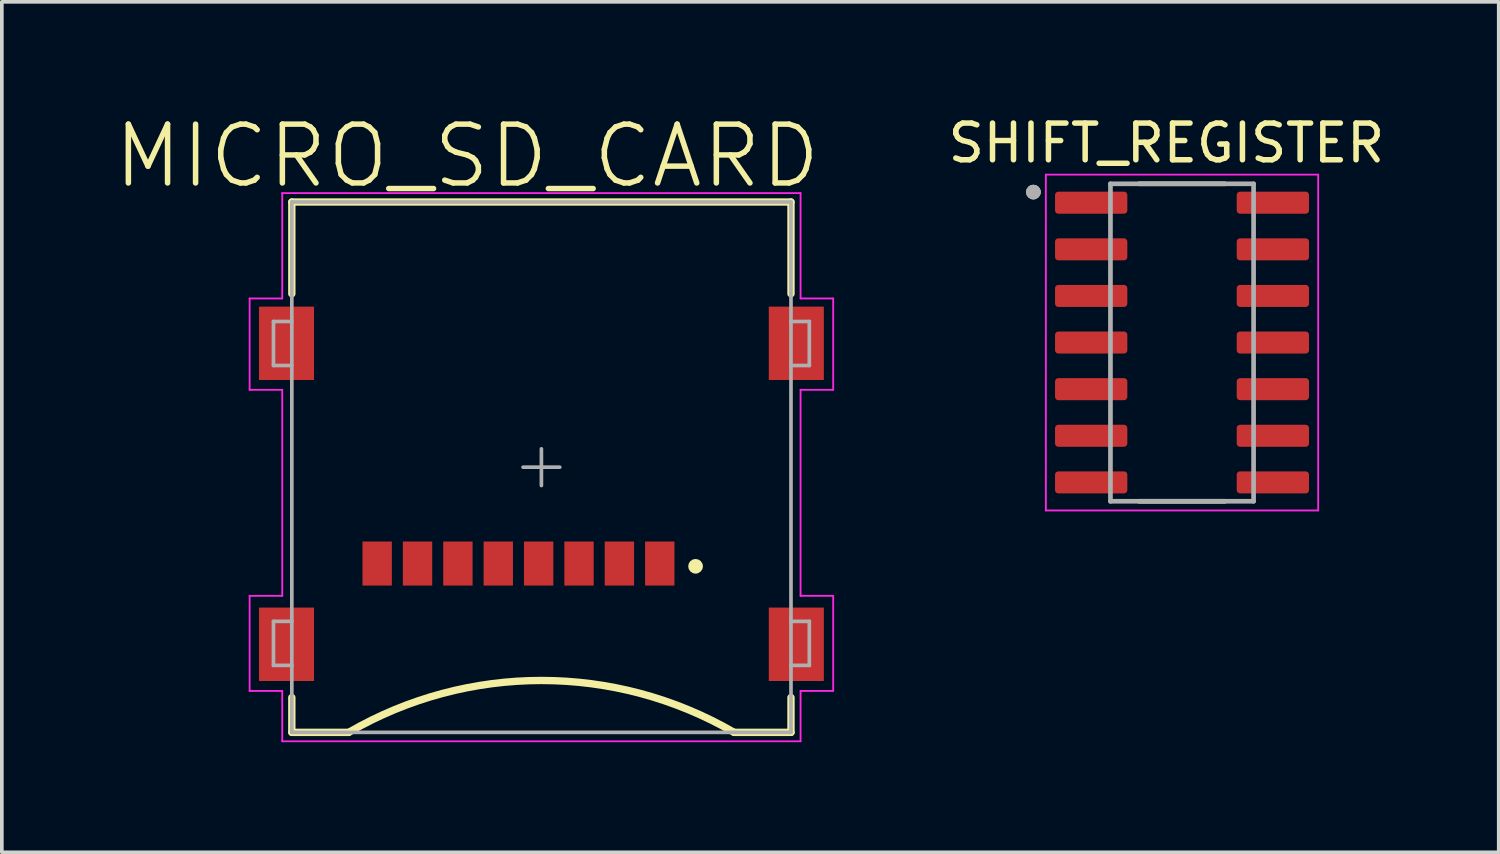
<source format=kicad_pcb>
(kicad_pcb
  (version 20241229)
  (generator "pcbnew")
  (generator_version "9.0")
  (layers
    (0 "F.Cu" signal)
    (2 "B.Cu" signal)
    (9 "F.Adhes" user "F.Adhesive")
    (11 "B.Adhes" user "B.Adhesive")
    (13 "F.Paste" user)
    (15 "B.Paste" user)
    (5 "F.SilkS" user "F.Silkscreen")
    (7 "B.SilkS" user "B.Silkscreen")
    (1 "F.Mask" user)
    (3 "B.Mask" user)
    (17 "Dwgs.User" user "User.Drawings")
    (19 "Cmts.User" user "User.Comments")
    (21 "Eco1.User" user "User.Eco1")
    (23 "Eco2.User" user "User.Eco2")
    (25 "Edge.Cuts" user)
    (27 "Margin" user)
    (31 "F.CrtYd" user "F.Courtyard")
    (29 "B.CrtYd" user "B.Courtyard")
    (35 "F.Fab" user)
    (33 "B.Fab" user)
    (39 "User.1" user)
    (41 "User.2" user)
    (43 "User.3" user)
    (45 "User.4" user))
  (footprint "SHIFT_REGISTER"
    (layer "F.Cu")
    (at 29.155 6.283)
    (property "Reference" "SHIFT_REGISTER" (at -0.425 -5.435 0) (layer "F.SilkS") (effects (font (size 1 1) (thickness 0.15))))
    (attr smd)
    (fp_line (start -1.17 -4.325) (end 1.17 -4.325) (stroke (width 0.127) (type solid)) (layer "F.SilkS"))
    (fp_line (start -1.17 4.325) (end 1.17 4.325) (stroke (width 0.127) (type solid)) (layer "F.SilkS"))
    (fp_circle (center -4.05 -4.1) (end -3.95 -4.1) (stroke (width 0.2) (type solid)) (fill no) (layer "F.SilkS"))
    (fp_line (start -3.71 -4.575) (end 3.71 -4.575) (stroke (width 0.05) (type solid)) (layer "F.CrtYd"))
    (fp_line (start -3.71 4.575) (end -3.71 -4.575) (stroke (width 0.05) (type solid)) (layer "F.CrtYd"))
    (fp_line (start 3.71 -4.575) (end 3.71 4.575) (stroke (width 0.05) (type solid)) (layer "F.CrtYd"))
    (fp_line (start 3.71 4.575) (end -3.71 4.575) (stroke (width 0.05) (type solid)) (layer "F.CrtYd"))
    (fp_line (start -1.95 -4.325) (end 1.95 -4.325) (stroke (width 0.127) (type solid)) (layer "F.Fab"))
    (fp_line (start -1.95 4.325) (end -1.95 -4.325) (stroke (width 0.127) (type solid)) (layer "F.Fab"))
    (fp_line (start 1.95 -4.325) (end 1.95 4.325) (stroke (width 0.127) (type solid)) (layer "F.Fab"))
    (fp_line (start 1.95 4.325) (end -1.95 4.325) (stroke (width 0.127) (type solid)) (layer "F.Fab"))
    (fp_circle (center -4.05 -4.1) (end -3.95 -4.1) (stroke (width 0.2) (type solid)) (fill no) (layer "F.Fab"))
    (pad "1" smd roundrect (at -2.475 -3.81) (size 1.97 0.6) (layers "F.Cu" "F.Mask" "F.Paste") (roundrect_rratio 0.15))
    (pad "2" smd roundrect (at -2.475 -2.54) (size 1.97 0.6) (layers "F.Cu" "F.Mask" "F.Paste") (roundrect_rratio 0.15))
    (pad "3" smd roundrect (at -2.475 -1.27) (size 1.97 0.6) (layers "F.Cu" "F.Mask" "F.Paste") (roundrect_rratio 0.15))
    (pad "4" smd roundrect (at -2.475 0) (size 1.97 0.6) (layers "F.Cu" "F.Mask" "F.Paste") (roundrect_rratio 0.15))
    (pad "5" smd roundrect (at -2.475 1.27) (size 1.97 0.6) (layers "F.Cu" "F.Mask" "F.Paste") (roundrect_rratio 0.15))
    (pad "6" smd roundrect (at -2.475 2.54) (size 1.97 0.6) (layers "F.Cu" "F.Mask" "F.Paste") (roundrect_rratio 0.15))
    (pad "7" smd roundrect (at -2.475 3.81) (size 1.97 0.6) (layers "F.Cu" "F.Mask" "F.Paste") (roundrect_rratio 0.15))
    (pad "8" smd roundrect (at 2.475 3.81) (size 1.97 0.6) (layers "F.Cu" "F.Mask" "F.Paste") (roundrect_rratio 0.15))
    (pad "9" smd roundrect (at 2.475 2.54) (size 1.97 0.6) (layers "F.Cu" "F.Mask" "F.Paste") (roundrect_rratio 0.15))
    (pad "10" smd roundrect (at 2.475 1.27) (size 1.97 0.6) (layers "F.Cu" "F.Mask" "F.Paste") (roundrect_rratio 0.15))
    (pad "11" smd roundrect (at 2.475 0) (size 1.97 0.6) (layers "F.Cu" "F.Mask" "F.Paste") (roundrect_rratio 0.15))
    (pad "12" smd roundrect (at 2.475 -1.27) (size 1.97 0.6) (layers "F.Cu" "F.Mask" "F.Paste") (roundrect_rratio 0.15))
    (pad "13" smd roundrect (at 2.475 -2.54) (size 1.97 0.6) (layers "F.Cu" "F.Mask" "F.Paste") (roundrect_rratio 0.15))
    (pad "14" smd roundrect (at 2.475 -3.81) (size 1.97 0.6) (layers "F.Cu" "F.Mask" "F.Paste") (roundrect_rratio 0.15)))
  (footprint "MICRO_SD_CARD"
    (layer "F.Cu")
    (at 11.701 9.679)
    (property "Reference" "MICRO_SD_CARD" (at -2.023 -8.478 0) (layer "F.SilkS") (effects (font (size 1.602 1.602) (thickness 0.15))))
    (attr smd)
    (fp_line (start -6.8 -7.225) (end 6.8 -7.225) (stroke (width 0.2) (type solid)) (layer "F.SilkS"))
    (fp_line (start -6.8 -4.725) (end -6.8 -7.225) (stroke (width 0.2) (type solid)) (layer "F.SilkS"))
    (fp_line (start -6.8 7.225) (end -6.8 6.275) (stroke (width 0.2) (type solid)) (layer "F.SilkS"))
    (fp_line (start -6.8 7.225) (end -5.25 7.225) (stroke (width 0.2) (type solid)) (layer "F.SilkS"))
    (fp_line (start 5.25 7.225) (end 6.8 7.225) (stroke (width 0.2) (type solid)) (layer "F.SilkS"))
    (fp_line (start 6.8 -4.725) (end 6.8 -7.225) (stroke (width 0.2) (type solid)) (layer "F.SilkS"))
    (fp_line (start 6.8 7.225) (end 6.8 6.275) (stroke (width 0.2) (type solid)) (layer "F.SilkS"))
    (fp_arc (start -5.25 7.225) (mid 0 5.810899) (end 5.25 7.225) (stroke (width 0.2) (type solid)) (layer "F.SilkS"))
    (fp_circle (center 4.2 2.7) (end 4.3 2.7) (stroke (width 0.2) (type solid)) (fill no) (layer "F.SilkS"))
    (fp_line (start -7.95 -4.597) (end -7.061 -4.597) (stroke (width 0.05) (type solid)) (layer "F.CrtYd"))
    (fp_line (start -7.95 -2.108) (end -7.95 -4.597) (stroke (width 0.05) (type solid)) (layer "F.CrtYd"))
    (fp_line (start -7.95 -2.108) (end -7.061 -2.108) (stroke (width 0.05) (type solid)) (layer "F.CrtYd"))
    (fp_line (start -7.95 3.505) (end -7.061 3.505) (stroke (width 0.05) (type solid)) (layer "F.CrtYd"))
    (fp_line (start -7.95 6.096) (end -7.95 3.505) (stroke (width 0.05) (type solid)) (layer "F.CrtYd"))
    (fp_line (start -7.95 6.096) (end -7.061 6.096) (stroke (width 0.05) (type solid)) (layer "F.CrtYd"))
    (fp_line (start -7.061 -7.468) (end 7.061 -7.468) (stroke (width 0.05) (type solid)) (layer "F.CrtYd"))
    (fp_line (start -7.061 -4.597) (end -7.061 -7.468) (stroke (width 0.05) (type solid)) (layer "F.CrtYd"))
    (fp_line (start -7.061 3.505) (end -7.061 -2.108) (stroke (width 0.05) (type solid)) (layer "F.CrtYd"))
    (fp_line (start -7.061 7.468) (end -7.061 6.096) (stroke (width 0.05) (type solid)) (layer "F.CrtYd"))
    (fp_line (start -7.061 7.468) (end 7.061 7.468) (stroke (width 0.05) (type solid)) (layer "F.CrtYd"))
    (fp_line (start 7.061 -4.597) (end 7.061 -7.468) (stroke (width 0.05) (type solid)) (layer "F.CrtYd"))
    (fp_line (start 7.061 -4.597) (end 7.95 -4.597) (stroke (width 0.05) (type solid)) (layer "F.CrtYd"))
    (fp_line (start 7.061 -2.108) (end 7.95 -2.108) (stroke (width 0.05) (type solid)) (layer "F.CrtYd"))
    (fp_line (start 7.061 3.505) (end 7.061 -2.108) (stroke (width 0.05) (type solid)) (layer "F.CrtYd"))
    (fp_line (start 7.061 3.505) (end 7.95 3.505) (stroke (width 0.05) (type solid)) (layer "F.CrtYd"))
    (fp_line (start 7.061 6.096) (end 7.95 6.096) (stroke (width 0.05) (type solid)) (layer "F.CrtYd"))
    (fp_line (start 7.061 7.468) (end 7.061 6.096) (stroke (width 0.05) (type solid)) (layer "F.CrtYd"))
    (fp_line (start 7.95 -2.108) (end 7.95 -4.597) (stroke (width 0.05) (type solid)) (layer "F.CrtYd"))
    (fp_line (start 7.95 6.096) (end 7.95 3.505) (stroke (width 0.05) (type solid)) (layer "F.CrtYd"))
    (fp_line (start -7.3 -3.97) (end -6.8 -3.97) (stroke (width 0.1) (type solid)) (layer "F.Fab"))
    (fp_line (start -7.3 -2.77) (end -7.3 -3.97) (stroke (width 0.1) (type solid)) (layer "F.Fab"))
    (fp_line (start -7.3 -2.77) (end -6.8 -2.77) (stroke (width 0.1) (type solid)) (layer "F.Fab"))
    (fp_line (start -7.3 4.2) (end -6.8 4.2) (stroke (width 0.1) (type solid)) (layer "F.Fab"))
    (fp_line (start -7.3 5.4) (end -7.3 4.2) (stroke (width 0.1) (type solid)) (layer "F.Fab"))
    (fp_line (start -7.3 5.4) (end -6.8 5.4) (stroke (width 0.1) (type solid)) (layer "F.Fab"))
    (fp_line (start -6.8 -7.225) (end 6.8 -7.225) (stroke (width 0.1) (type solid)) (layer "F.Fab"))
    (fp_line (start -6.8 4.2) (end -6.8 -7.225) (stroke (width 0.1) (type solid)) (layer "F.Fab"))
    (fp_line (start -6.8 5.4) (end -6.8 4.2) (stroke (width 0.1) (type solid)) (layer "F.Fab"))
    (fp_line (start -6.8 7.225) (end -6.8 5.4) (stroke (width 0.1) (type solid)) (layer "F.Fab"))
    (fp_line (start -6.8 7.225) (end 6.8 7.225) (stroke (width 0.1) (type solid)) (layer "F.Fab"))
    (fp_line (start -0.5 0) (end 0.5 0) (stroke (width 0.1) (type solid)) (layer "F.Fab"))
    (fp_line (start 0 0.5) (end 0 -0.5) (stroke (width 0.1) (type solid)) (layer "F.Fab"))
    (fp_line (start 6.8 -3.97) (end 6.8 -7.225) (stroke (width 0.1) (type solid)) (layer "F.Fab"))
    (fp_line (start 6.8 -3.97) (end 7.3 -3.97) (stroke (width 0.1) (type solid)) (layer "F.Fab"))
    (fp_line (start 6.8 -2.77) (end 6.8 -3.97) (stroke (width 0.1) (type solid)) (layer "F.Fab"))
    (fp_line (start 6.8 -2.77) (end 7.3 -2.77) (stroke (width 0.1) (type solid)) (layer "F.Fab"))
    (fp_line (start 6.8 4.2) (end 6.8 -2.77) (stroke (width 0.1) (type solid)) (layer "F.Fab"))
    (fp_line (start 6.8 4.2) (end 7.3 4.2) (stroke (width 0.1) (type solid)) (layer "F.Fab"))
    (fp_line (start 6.8 5.4) (end 6.8 4.2) (stroke (width 0.1) (type solid)) (layer "F.Fab"))
    (fp_line (start 6.8 5.4) (end 7.3 5.4) (stroke (width 0.1) (type solid)) (layer "F.Fab"))
    (fp_line (start 6.8 7.225) (end 6.8 5.4) (stroke (width 0.1) (type solid)) (layer "F.Fab"))
    (fp_line (start 7.3 -2.77) (end 7.3 -3.97) (stroke (width 0.1) (type solid)) (layer "F.Fab"))
    (fp_line (start 7.3 5.4) (end 7.3 4.2) (stroke (width 0.1) (type solid)) (layer "F.Fab"))
    (pad "1" smd rect (at 3.225 2.625) (size 0.8 1.2) (layers "F.Cu" "F.Mask" "F.Paste"))
    (pad "2" smd rect (at 2.125 2.625) (size 0.8 1.2) (layers "F.Cu" "F.Mask" "F.Paste"))
    (pad "3" smd rect (at 1.025 2.625) (size 0.8 1.2) (layers "F.Cu" "F.Mask" "F.Paste"))
    (pad "4" smd rect (at -0.075 2.625) (size 0.8 1.2) (layers "F.Cu" "F.Mask" "F.Paste"))
    (pad "5" smd rect (at -1.175 2.625) (size 0.8 1.2) (layers "F.Cu" "F.Mask" "F.Paste"))
    (pad "6" smd rect (at -2.275 2.625) (size 0.8 1.2) (layers "F.Cu" "F.Mask" "F.Paste"))
    (pad "7" smd rect (at -3.375 2.625) (size 0.8 1.2) (layers "F.Cu" "F.Mask" "F.Paste"))
    (pad "8" smd rect (at -4.475 2.625) (size 0.8 1.2) (layers "F.Cu" "F.Mask" "F.Paste"))
    (pad "9" smd rect (at -6.945 4.825) (size 1.5 2) (layers "F.Cu" "F.Mask" "F.Paste"))
    (pad "10" smd rect (at -6.945 -3.375) (size 1.5 2) (layers "F.Cu" "F.Mask" "F.Paste"))
    (pad "11" smd rect (at 6.945 -3.375) (size 1.5 2) (layers "F.Cu" "F.Mask" "F.Paste"))
    (pad "12" smd rect (at 6.945 4.825) (size 1.5 2) (layers "F.Cu" "F.Mask" "F.Paste"))
    (zone (net_name "") (layer "F.Cu") (hatch full 0.508) (connect_pads) (min_thickness 0.01) (filled_areas_thickness no) (keepout (tracks not_allowed) (vias not_allowed) (pads not_allowed) (copperpour not_allowed) (footprints allowed)) (placement (enabled no)) (fill) (polygon (pts (xy 6.547 3.854) (xy 15.551 3.854) (xy 15.551 6.651) (xy 6.547 6.651)))))
  (gr_rect
    (start -3 -3)
    (end 37.784 20.171)
    (stroke (width 0.1) (type default))
    (fill no)
    (layer "Edge.Cuts")))
</source>
